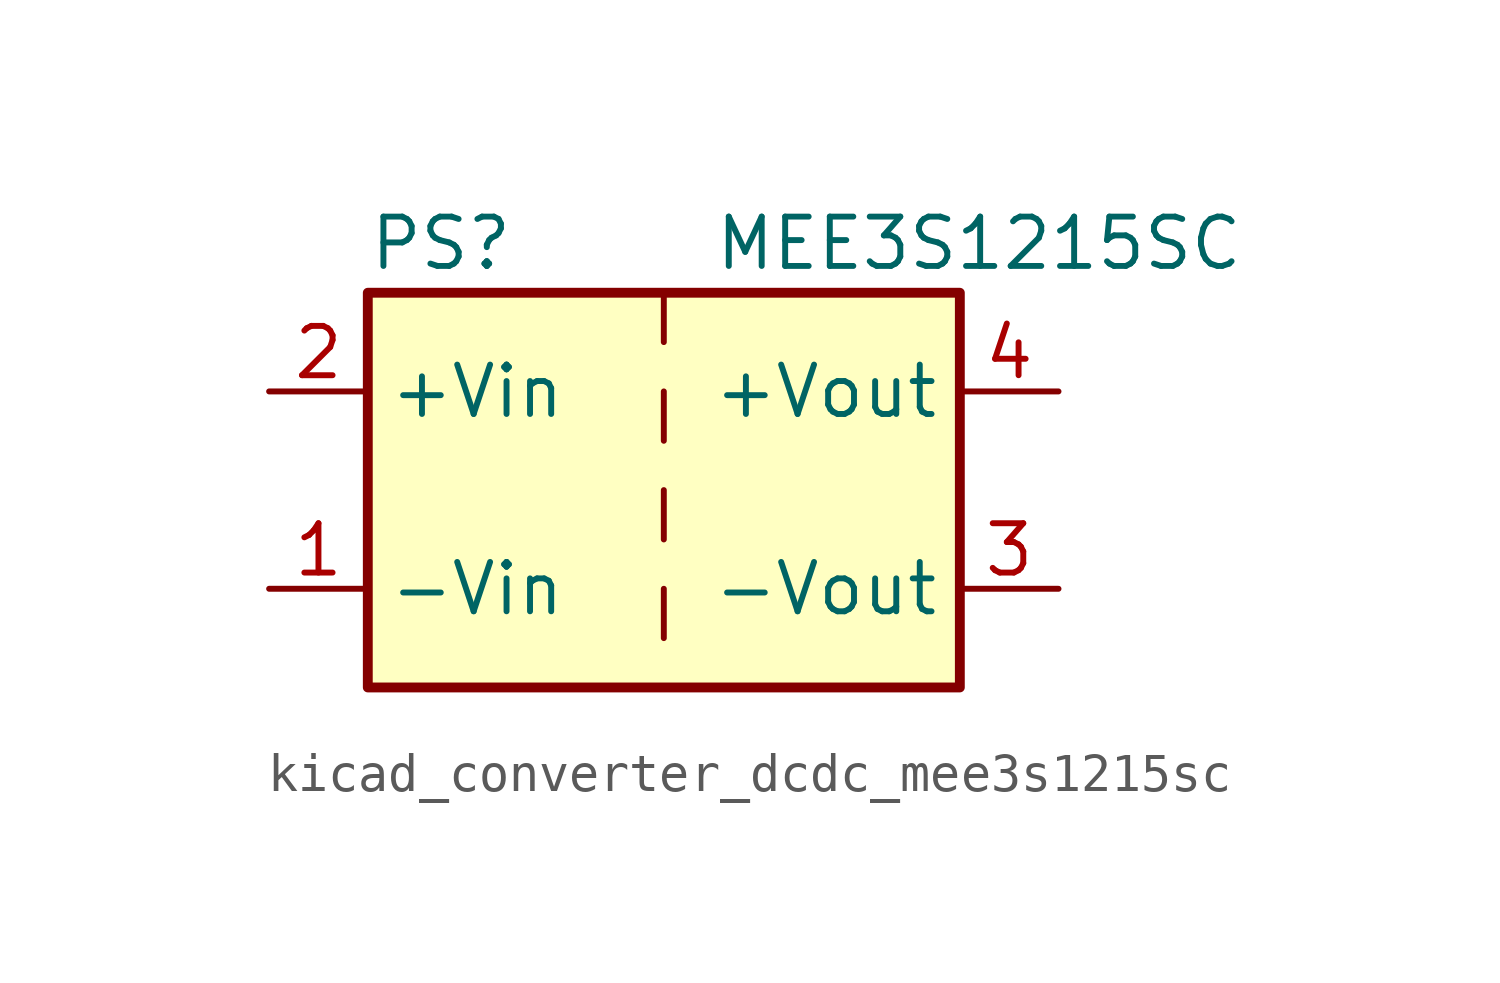
<source format=kicad_sym>
(kicad_symbol_lib
  (version 20220914)
  (generator kicad_symbol_editor)
  (symbol "kicad_converter_dcdc_mee3s1215sc"
    (property "Reference" "PS"
      (at -7.62 6.35 0)
      (effects (font (size 1.27 1.27)) (justify left)))
    (property "Value" "MEE3S1215SC"
      (at 1.27 6.35 0)
      (effects (font (size 1.27 1.27)) (justify left)))
    (symbol "kicad_converter_dcdc_mee3s1215sc_0_0"
      (pin power_in line (at -10.16 -2.54 0) (length 2.54) (name "-Vin" (effects (font (size 1.27 1.27)))) (number "1" (effects (font (size 1.27 1.27)))))
      (pin power_in line (at -10.16 2.54 0) (length 2.54) (name "+Vin" (effects (font (size 1.27 1.27)))) (number "2" (effects (font (size 1.27 1.27)))))
      (pin power_out line (at 10.16 -2.54 180) (length 2.54) (name "-Vout" (effects (font (size 1.27 1.27)))) (number "3" (effects (font (size 1.27 1.27)))))
      (pin power_out line (at 10.16 2.54 180) (length 2.54) (name "+Vout" (effects (font (size 1.27 1.27)))) (number "4" (effects (font (size 1.27 1.27))))))
    (symbol "kicad_converter_dcdc_mee3s1215sc_0_1"
      (rectangle (start -7.62 5.08) (end 7.62 -5.08) (stroke (width 0.254) (type default)) (fill (type background)))
      (polyline (pts (xy 0 -2.54) (xy 0 -3.81)) (stroke (width 0) (type default)) (fill (type none)))
      (polyline (pts (xy 0 0) (xy 0 -1.27)) (stroke (width 0) (type default)) (fill (type none)))
      (polyline (pts (xy 0 2.54) (xy 0 1.27)) (stroke (width 0) (type default)) (fill (type none)))
      (polyline (pts (xy 0 5.08) (xy 0 3.81)) (stroke (width 0) (type default)) (fill (type none))))))
</source>
